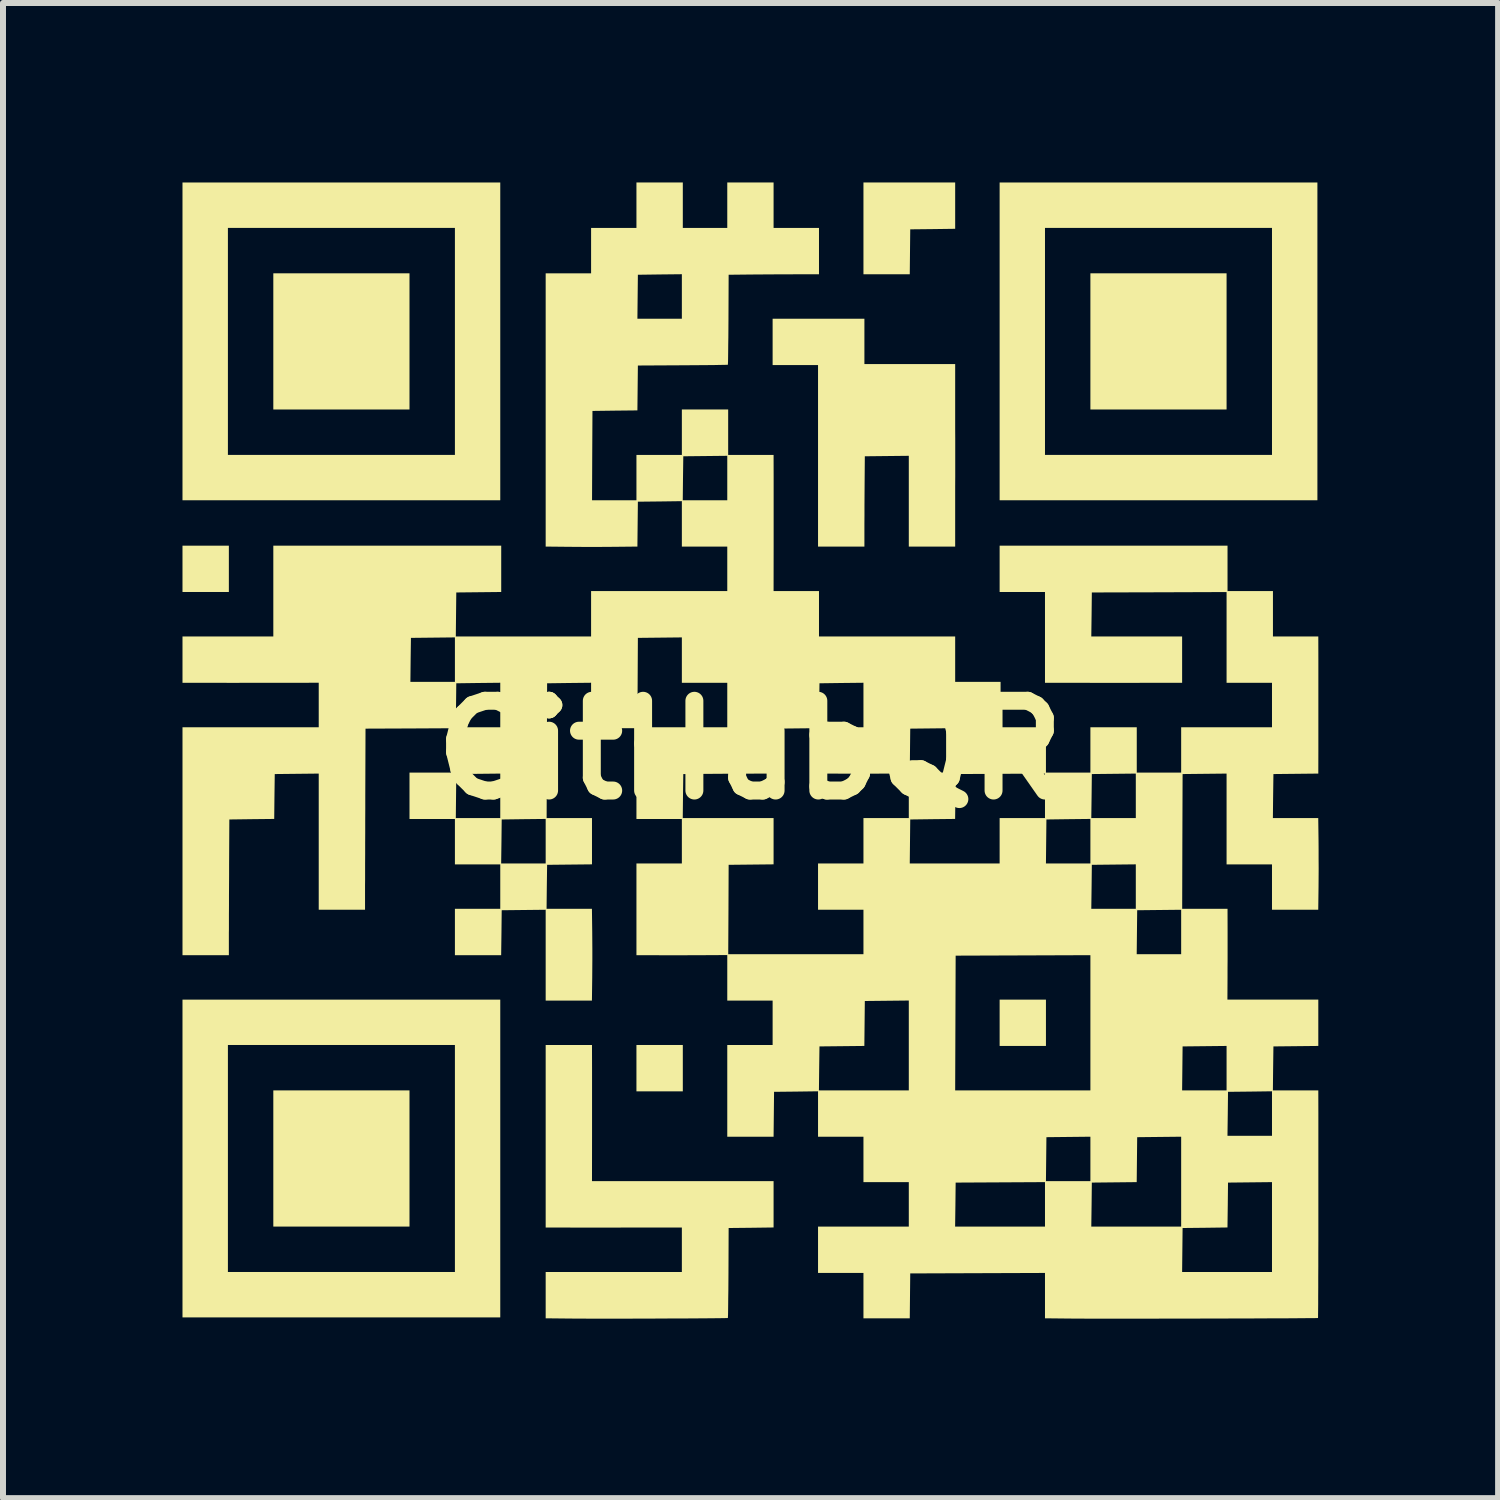
<source format=kicad_pcb>
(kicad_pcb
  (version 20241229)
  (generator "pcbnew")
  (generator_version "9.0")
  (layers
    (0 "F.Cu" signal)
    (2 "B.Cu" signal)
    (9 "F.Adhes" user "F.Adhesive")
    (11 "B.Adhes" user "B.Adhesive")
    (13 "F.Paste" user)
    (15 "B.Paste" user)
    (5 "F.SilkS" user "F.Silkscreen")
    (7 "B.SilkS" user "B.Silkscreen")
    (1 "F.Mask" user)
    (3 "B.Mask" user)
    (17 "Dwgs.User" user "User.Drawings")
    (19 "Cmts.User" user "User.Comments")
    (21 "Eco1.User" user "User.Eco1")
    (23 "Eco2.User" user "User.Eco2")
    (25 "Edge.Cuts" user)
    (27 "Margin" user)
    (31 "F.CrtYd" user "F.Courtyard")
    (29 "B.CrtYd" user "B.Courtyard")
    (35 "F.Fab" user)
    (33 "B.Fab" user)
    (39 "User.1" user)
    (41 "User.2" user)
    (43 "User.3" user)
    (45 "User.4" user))
  (footprint "GitHubQR"
    (layer "F.Cu")
    (at 9.484 9.484)
    (property "Reference" "GitHubQR" (at 0 0 0) (layer "F.SilkS") (effects (font (size 1.5 1.5) (thickness 0.3))))
    (attr board_only exclude_from_pos_files exclude_from_bom)
    (fp_poly (pts (xy -8.709 -3.027) (xy -8.709 -2.64) (xy -9.096 -2.64) (xy -9.484 -2.64) (xy -9.484 -3.027) (xy -9.484 -3.414) (xy -9.096 -3.414) (xy -8.709 -3.414)) (stroke (width 0) (type solid)) (fill yes) (layer "F.SilkS"))
    (fp_poly (pts (xy -5.69 -6.828) (xy -5.69 -5.69) (xy -6.828 -5.69) (xy -7.966 -5.69) (xy -7.966 -6.828) (xy -7.966 -7.966) (xy -6.828 -7.966) (xy -5.69 -7.966)) (stroke (width 0) (type solid)) (fill yes) (layer "F.SilkS"))
    (fp_poly (pts (xy -5.69 6.828) (xy -5.69 7.966) (xy -6.828 7.966) (xy -7.966 7.966) (xy -7.966 6.828) (xy -7.966 5.69) (xy -6.828 5.69) (xy -5.69 5.69)) (stroke (width 0) (type solid)) (fill yes) (layer "F.SilkS"))
    (fp_poly (pts (xy -1.122 5.319) (xy -1.122 5.706) (xy -1.509 5.706) (xy -1.897 5.706) (xy -1.897 5.319) (xy -1.897 4.931) (xy -1.509 4.931) (xy -1.122 4.931)) (stroke (width 0) (type solid)) (fill yes) (layer "F.SilkS"))
    (fp_poly (pts (xy 4.947 4.56) (xy 4.947 4.947) (xy 4.56 4.947) (xy 4.173 4.947) (xy 4.173 4.56) (xy 4.173 4.173) (xy 4.56 4.173) (xy 4.947 4.173)) (stroke (width 0) (type solid)) (fill yes) (layer "F.SilkS"))
    (fp_poly (pts (xy 7.966 -6.828) (xy 7.966 -5.69) (xy 6.828 -5.69) (xy 5.69 -5.69) (xy 5.69 -6.828) (xy 5.69 -7.966) (xy 6.828 -7.966) (xy 7.966 -7.966)) (stroke (width 0) (type solid)) (fill yes) (layer "F.SilkS"))
    (fp_poly (pts (xy 3.43 -9.097) (xy 3.43 -8.71) (xy 3.054 -8.705) (xy 2.679 -8.701) (xy 2.675 -8.326) (xy 2.671 -7.95) (xy 2.284 -7.95) (xy 1.897 -7.95) (xy 1.897 -8.717) (xy 1.897 -9.484) (xy 2.663 -9.484) (xy 3.43 -9.484)) (stroke (width 0) (type solid)) (fill yes) (layer "F.SilkS"))
    (fp_poly (pts (xy -4.173 -6.828) (xy -4.173 -4.173) (xy -6.828 -4.173) (xy -9.484 -4.173) (xy -9.484 -6.828) (xy -9.484 -8.725) (xy -8.725 -8.725) (xy -8.725 -6.828) (xy -8.725 -4.931) (xy -6.828 -4.931) (xy -4.931 -4.931) (xy -4.931 -6.828) (xy -4.931 -8.725) (xy -6.828 -8.725) (xy -8.725 -8.725) (xy -9.484 -8.725) (xy -9.484 -9.484) (xy -6.828 -9.484) (xy -4.173 -9.484)) (stroke (width 0) (type solid)) (fill yes) (layer "F.SilkS"))
    (fp_poly (pts (xy -4.173 6.828) (xy -4.173 9.484) (xy -6.828 9.484) (xy -9.484 9.484) (xy -9.484 6.828) (xy -9.484 4.931) (xy -8.725 4.931) (xy -8.725 6.828) (xy -8.725 8.725) (xy -6.828 8.725) (xy -4.931 8.725) (xy -4.931 6.828) (xy -4.931 4.931) (xy -6.828 4.931) (xy -8.725 4.931) (xy -9.484 4.931) (xy -9.484 4.173) (xy -6.828 4.173) (xy -4.173 4.173)) (stroke (width 0) (type solid)) (fill yes) (layer "F.SilkS"))
    (fp_poly (pts (xy 9.484 -6.828) (xy 9.484 -4.173) (xy 6.828 -4.173) (xy 4.173 -4.173) (xy 4.173 -6.828) (xy 4.173 -8.725) (xy 4.931 -8.725) (xy 4.931 -6.828) (xy 4.931 -4.931) (xy 6.828 -4.931) (xy 8.725 -4.931) (xy 8.725 -6.828) (xy 8.725 -8.725) (xy 6.828 -8.725) (xy 4.931 -8.725) (xy 4.173 -8.725) (xy 4.173 -9.484) (xy 6.828 -9.484) (xy 9.484 -9.484)) (stroke (width 0) (type solid)) (fill yes) (layer "F.SilkS"))
    (fp_poly (pts (xy 1.913 -6.828) (xy 1.913 -6.449) (xy 2.671 -6.449) (xy 3.43 -6.449) (xy 3.43 -6.069) (xy 3.43 -5.973) (xy 3.43 -5.85) (xy 3.43 -5.707) (xy 3.43 -5.548) (xy 3.43 -5.378) (xy 3.431 -5.204) (xy 3.431 -5.03) (xy 3.431 -4.916) (xy 3.431 -4.746) (xy 3.431 -4.572) (xy 3.43 -4.4) (xy 3.43 -4.234) (xy 3.43 -4.081) (xy 3.43 -3.945) (xy 3.43 -3.832) (xy 3.43 -3.77) (xy 3.43 -3.398) (xy 3.043 -3.398) (xy 2.655 -3.398) (xy 2.655 -4.157) (xy 2.655 -4.916) (xy 2.288 -4.912) (xy 1.92 -4.908) (xy 1.917 -4.528) (xy 1.916 -4.39) (xy 1.915 -4.234) (xy 1.914 -4.071) (xy 1.914 -3.915) (xy 1.913 -3.777) (xy 1.913 -3.774) (xy 1.913 -3.398) (xy 1.525 -3.398) (xy 1.138 -3.398) (xy 1.138 -4.916) (xy 1.138 -6.433) (xy 0.759 -6.433) (xy 0.379 -6.433) (xy 0.379 -6.82) (xy 0.379 -7.207) (xy 1.146 -7.207) (xy 1.913 -7.207)) (stroke (width 0) (type solid)) (fill yes) (layer "F.SilkS"))
    (fp_poly (pts (xy -2.639 5.315) (xy -2.639 5.413) (xy -2.639 5.538) (xy -2.639 5.683) (xy -2.639 5.843) (xy -2.639 6.013) (xy -2.639 6.187) (xy -2.639 6.359) (xy -2.639 6.453) (xy -2.64 7.207) (xy -1.122 7.207) (xy 0.395 7.207) (xy 0.395 7.594) (xy 0.395 7.981) (xy 0.02 7.986) (xy -0.356 7.99) (xy -0.359 8.739) (xy -0.36 8.89) (xy -0.361 9.031) (xy -0.363 9.159) (xy -0.364 9.27) (xy -0.365 9.363) (xy -0.366 9.433) (xy -0.368 9.478) (xy -0.369 9.494) (xy -0.385 9.495) (xy -0.43 9.496) (xy -0.502 9.497) (xy -0.596 9.498) (xy -0.711 9.499) (xy -0.844 9.5) (xy -0.992 9.501) (xy -1.152 9.502) (xy -1.321 9.502) (xy -1.497 9.503) (xy -1.677 9.504) (xy -1.858 9.504) (xy -2.038 9.505) (xy -2.213 9.505) (xy -2.38 9.505) (xy -2.538 9.505) (xy -2.683 9.505) (xy -2.812 9.504) (xy -2.923 9.504) (xy -3.013 9.503) (xy -3.031 9.503) (xy -3.414 9.499) (xy -3.414 9.112) (xy -3.414 8.725) (xy -2.276 8.725) (xy -1.138 8.725) (xy -1.138 8.353) (xy -1.138 7.982) (xy -1.893 7.982) (xy -2.062 7.982) (xy -2.235 7.983) (xy -2.408 7.983) (xy -2.574 7.983) (xy -2.728 7.983) (xy -2.865 7.983) (xy -2.979 7.983) (xy -3.031 7.982) (xy -3.414 7.982) (xy -3.414 6.457) (xy -3.414 4.931) (xy -3.027 4.931) (xy -2.64 4.931)) (stroke (width 0) (type solid)) (fill yes) (layer "F.SilkS"))
    (fp_poly (pts (xy -1.122 -9.104) (xy -1.122 -8.725) (xy -0.751 -8.725) (xy -0.379 -8.725) (xy -0.379 -9.104) (xy -0.379 -9.484) (xy 0.008 -9.484) (xy 0.395 -9.484) (xy 0.395 -9.104) (xy 0.395 -8.725) (xy 0.774 -8.725) (xy 1.154 -8.725) (xy 1.154 -8.338) (xy 1.154 -7.95) (xy 0.778 -7.95) (xy 0.642 -7.949) (xy 0.485 -7.949) (xy 0.323 -7.948) (xy 0.166 -7.947) (xy 0.027 -7.946) (xy 0.024 -7.946) (xy -0.356 -7.942) (xy -0.359 -7.193) (xy -0.36 -7.042) (xy -0.361 -6.901) (xy -0.363 -6.774) (xy -0.364 -6.662) (xy -0.365 -6.569) (xy -0.366 -6.499) (xy -0.368 -6.454) (xy -0.369 -6.438) (xy -0.385 -6.437) (xy -0.43 -6.436) (xy -0.5 -6.435) (xy -0.593 -6.433) (xy -0.705 -6.432) (xy -0.833 -6.431) (xy -0.974 -6.43) (xy -1.124 -6.429) (xy -1.873 -6.425) (xy -1.877 -6.05) (xy -1.881 -5.675) (xy -2.257 -5.671) (xy -2.632 -5.666) (xy -2.636 -4.92) (xy -2.639 -4.173) (xy -2.268 -4.173) (xy -1.897 -4.173) (xy -1.123 -4.173) (xy -0.751 -4.173) (xy -0.379 -4.173) (xy -0.379 -4.544) (xy -0.379 -4.916) (xy -0.747 -4.912) (xy -1.114 -4.908) (xy -1.119 -4.54) (xy -1.123 -4.173) (xy -1.897 -4.173) (xy -1.897 -4.552) (xy -1.897 -4.931) (xy -1.517 -4.931) (xy -1.138 -4.931) (xy -1.138 -5.311) (xy -1.138 -5.69) (xy -0.751 -5.69) (xy -0.364 -5.69) (xy -0.364 -5.311) (xy -0.364 -4.931) (xy 0.016 -4.931) (xy 0.395 -4.931) (xy 0.396 -4.548) (xy 0.396 -4.45) (xy 0.396 -4.325) (xy 0.396 -4.18) (xy 0.396 -4.02) (xy 0.396 -3.85) (xy 0.396 -3.676) (xy 0.396 -3.504) (xy 0.396 -3.41) (xy 0.395 -2.655) (xy 0.774 -2.655) (xy 1.154 -2.655) (xy 1.154 -2.276) (xy 1.154 -1.897) (xy 2.292 -1.897) (xy 3.43 -1.897) (xy 3.43 -1.517) (xy 3.43 -1.138) (xy 3.809 -1.138) (xy 4.189 -1.138) (xy 4.189 -0.759) (xy 4.189 -0.379) (xy 4.568 -0.379) (xy 4.947 -0.379) (xy 4.947 0) (xy 4.947 0.379) (xy 5.319 0.379) (xy 5.69 0.379) (xy 5.69 0) (xy 5.69 -0.379) (xy 6.077 -0.379) (xy 6.465 -0.379) (xy 6.465 0) (xy 6.465 0.379) (xy 6.836 0.379) (xy 7.207 0.379) (xy 7.207 0) (xy 7.207 -0.379) (xy 7.966 -0.379) (xy 8.725 -0.379) (xy 8.725 -0.751) (xy 8.725 -1.122) (xy 8.345 -1.122) (xy 7.966 -1.122) (xy 7.966 -1.881) (xy 7.966 -2.639) (xy 6.84 -2.635) (xy 5.714 -2.632) (xy 5.71 -2.264) (xy 5.705 -1.897) (xy 6.464 -1.897) (xy 7.223 -1.897) (xy 7.223 -1.509) (xy 7.223 -1.122) (xy 6.852 -1.122) (xy 6.719 -1.122) (xy 6.567 -1.122) (xy 6.406 -1.121) (xy 6.249 -1.121) (xy 6.107 -1.121) (xy 6.085 -1.121) (xy 5.946 -1.121) (xy 5.789 -1.121) (xy 5.626 -1.122) (xy 5.469 -1.122) (xy 5.33 -1.122) (xy 5.311 -1.122) (xy 4.931 -1.122) (xy 4.931 -1.881) (xy 4.931 -2.64) (xy 4.552 -2.64) (xy 4.173 -2.64) (xy 4.173 -3.027) (xy 4.173 -3.414) (xy 6.077 -3.414) (xy 7.982 -3.414) (xy 7.982 -3.035) (xy 7.982 -2.655) (xy 8.361 -2.655) (xy 8.741 -2.655) (xy 8.741 -2.276) (xy 8.741 -1.897) (xy 9.12 -1.897) (xy 9.499 -1.897) (xy 9.5 -1.517) (xy 9.5 -1.382) (xy 9.5 -1.227) (xy 9.5 -1.064) (xy 9.5 -0.905) (xy 9.5 -0.763) (xy 9.5 -0.743) (xy 9.5 -0.604) (xy 9.5 -0.449) (xy 9.5 -0.288) (xy 9.5 -0.133) (xy 9.5 0.003) (xy 9.5 0.023) (xy 9.499 0.395) (xy 9.124 0.399) (xy 8.749 0.403) (xy 8.744 0.771) (xy 8.74 1.138) (xy 9.119 1.138) (xy 9.498 1.138) (xy 9.503 1.521) (xy 9.504 1.66) (xy 9.504 1.818) (xy 9.505 1.983) (xy 9.504 2.142) (xy 9.503 2.282) (xy 9.503 2.288) (xy 9.498 2.671) (xy 9.112 2.671) (xy 8.725 2.671) (xy 8.725 2.292) (xy 8.725 1.913) (xy 8.345 1.913) (xy 7.966 1.913) (xy 7.966 1.154) (xy 7.966 0.395) (xy 7.599 0.399) (xy 7.231 0.403) (xy 7.227 1.529) (xy 7.224 2.655) (xy 7.603 2.655) (xy 7.982 2.655) (xy 7.983 3.039) (xy 7.983 3.177) (xy 7.983 3.333) (xy 7.983 3.496) (xy 7.982 3.652) (xy 7.982 3.79) (xy 7.982 3.797) (xy 7.98 4.173) (xy 8.74 4.173) (xy 9.499 4.173) (xy 9.499 4.56) (xy 9.499 4.947) (xy 9.124 4.951) (xy 8.749 4.955) (xy 8.744 5.323) (xy 8.74 5.69) (xy 9.12 5.69) (xy 9.499 5.69) (xy 9.5 6.073) (xy 9.5 6.359) (xy 9.5 6.643) (xy 9.5 6.924) (xy 9.5 7.199) (xy 9.5 7.466) (xy 9.5 7.725) (xy 9.5 7.973) (xy 9.5 8.208) (xy 9.499 8.43) (xy 9.499 8.635) (xy 9.498 8.823) (xy 9.498 8.991) (xy 9.497 9.138) (xy 9.497 9.262) (xy 9.496 9.362) (xy 9.495 9.435) (xy 9.495 9.479) (xy 9.494 9.494) (xy 9.478 9.495) (xy 9.432 9.496) (xy 9.359 9.496) (xy 9.262 9.497) (xy 9.141 9.498) (xy 9.001 9.499) (xy 8.842 9.5) (xy 8.667 9.5) (xy 8.478 9.501) (xy 8.278 9.502) (xy 8.068 9.502) (xy 7.852 9.503) (xy 7.63 9.503) (xy 7.407 9.504) (xy 7.182 9.504) (xy 6.96 9.504) (xy 6.742 9.505) (xy 6.53 9.505) (xy 6.327 9.505) (xy 6.134 9.505) (xy 5.955 9.505) (xy 5.791 9.505) (xy 5.644 9.505) (xy 5.518 9.504) (xy 5.413 9.504) (xy 5.332 9.503) (xy 5.315 9.503) (xy 4.931 9.499) (xy 4.931 9.12) (xy 4.931 8.741) (xy 3.805 8.745) (xy 2.679 8.749) (xy 2.675 9.124) (xy 2.671 9.499) (xy 2.284 9.499) (xy 1.897 9.499) (xy 1.897 9.12) (xy 1.897 8.741) (xy 1.517 8.741) (xy 1.138 8.741) (xy 1.138 8.725) (xy 7.223 8.725) (xy 7.974 8.725) (xy 8.725 8.725) (xy 8.725 7.974) (xy 8.725 7.223) (xy 8.357 7.227) (xy 7.99 7.231) (xy 7.986 7.606) (xy 7.981 7.981) (xy 7.606 7.986) (xy 7.231 7.99) (xy 7.227 8.357) (xy 7.223 8.725) (xy 1.138 8.725) (xy 1.138 8.353) (xy 1.138 7.966) (xy 1.897 7.966) (xy 2.655 7.966) (xy 3.429 7.966) (xy 4.18 7.966) (xy 4.931 7.966) (xy 5.705 7.966) (xy 6.456 7.966) (xy 7.207 7.966) (xy 7.207 7.215) (xy 7.207 6.464) (xy 6.84 6.468) (xy 6.472 6.472) (xy 6.468 6.848) (xy 6.464 7.223) (xy 6.089 7.227) (xy 5.714 7.231) (xy 5.71 7.599) (xy 5.705 7.966) (xy 4.931 7.966) (xy 4.931 7.595) (xy 4.931 7.223) (xy 4.185 7.227) (xy 3.438 7.231) (xy 3.434 7.599) (xy 3.429 7.966) (xy 2.655 7.966) (xy 2.655 7.595) (xy 2.655 7.223) (xy 2.276 7.223) (xy 1.897 7.223) (xy 1.897 7.207) (xy 4.947 7.207) (xy 5.318 7.207) (xy 5.69 7.207) (xy 5.69 6.836) (xy 5.69 6.464) (xy 5.323 6.468) (xy 4.955 6.472) (xy 4.951 6.84) (xy 4.947 7.207) (xy 1.897 7.207) (xy 1.897 6.844) (xy 1.897 6.465) (xy 1.517 6.465) (xy 1.138 6.465) (xy 1.138 6.449) (xy 7.981 6.449) (xy 8.353 6.449) (xy 8.725 6.449) (xy 8.725 6.077) (xy 8.725 5.705) (xy 8.357 5.71) (xy 7.99 5.714) (xy 7.986 6.081) (xy 7.981 6.449) (xy 1.138 6.449) (xy 1.138 6.085) (xy 1.138 5.705) (xy 0.771 5.71) (xy 0.403 5.714) (xy 0.399 6.089) (xy 0.395 6.465) (xy 0.008 6.465) (xy -0.379 6.465) (xy -0.379 5.698) (xy -0.379 5.69) (xy 1.153 5.69) (xy 1.904 5.69) (xy 2.655 5.69) (xy 3.43 5.69) (xy 4.56 5.69) (xy 5.69 5.69) (xy 7.223 5.69) (xy 7.594 5.69) (xy 7.966 5.69) (xy 7.966 5.318) (xy 7.966 4.947) (xy 7.599 4.951) (xy 7.231 4.955) (xy 7.227 5.323) (xy 7.223 5.69) (xy 5.69 5.69) (xy 5.69 4.56) (xy 5.69 3.43) (xy 4.564 3.434) (xy 3.438 3.438) (xy 3.434 4.564) (xy 3.43 5.69) (xy 2.655 5.69) (xy 2.655 4.939) (xy 2.655 4.188) (xy 2.288 4.192) (xy 1.92 4.196) (xy 1.916 4.572) (xy 1.912 4.947) (xy 1.537 4.951) (xy 1.162 4.955) (xy 1.157 5.323) (xy 1.153 5.69) (xy -0.379 5.69) (xy -0.379 4.931) (xy 0 4.931) (xy 0.379 4.931) (xy 0.379 4.56) (xy 0.379 4.189) (xy 0 4.189) (xy -0.379 4.189) (xy -0.379 3.808) (xy -0.379 3.428) (xy -0.755 3.43) (xy -0.891 3.43) (xy -1.046 3.431) (xy -1.209 3.431) (xy -1.366 3.431) (xy -1.506 3.431) (xy -1.513 3.431) (xy -1.897 3.43) (xy -1.897 2.663) (xy -1.897 1.897) (xy -1.517 1.897) (xy -1.138 1.897) (xy -1.138 1.525) (xy -1.138 1.154) (xy -1.517 1.154) (xy -1.897 1.154) (xy -1.897 1.138) (xy -1.123 1.138) (xy -0.364 1.138) (xy 0.395 1.138) (xy 0.395 1.525) (xy 0.395 1.912) (xy 0.02 1.916) (xy -0.356 1.92) (xy -0.359 2.667) (xy -0.363 3.414) (xy 0.767 3.414) (xy 1.897 3.414) (xy 6.464 3.414) (xy 6.836 3.414) (xy 7.207 3.414) (xy 7.207 3.042) (xy 7.207 2.671) (xy 6.84 2.675) (xy 6.472 2.679) (xy 6.468 3.047) (xy 6.464 3.414) (xy 1.897 3.414) (xy 1.897 3.043) (xy 1.897 2.671) (xy 1.517 2.671) (xy 1.138 2.671) (xy 1.138 2.655) (xy 5.705 2.655) (xy 6.077 2.655) (xy 6.449 2.655) (xy 6.449 2.284) (xy 6.449 1.912) (xy 6.081 1.916) (xy 5.714 1.92) (xy 5.71 2.288) (xy 5.705 2.655) (xy 1.138 2.655) (xy 1.138 2.284) (xy 1.138 1.897) (xy 1.517 1.897) (xy 1.897 1.897) (xy 2.671 1.897) (xy 3.422 1.897) (xy 4.173 1.897) (xy 4.947 1.897) (xy 5.318 1.897) (xy 5.69 1.897) (xy 5.69 1.525) (xy 5.69 1.153) (xy 5.323 1.157) (xy 4.955 1.162) (xy 4.951 1.529) (xy 4.947 1.897) (xy 4.173 1.897) (xy 4.173 1.517) (xy 4.173 1.138) (xy 4.552 1.138) (xy 4.931 1.138) (xy 5.705 1.138) (xy 6.077 1.138) (xy 6.449 1.138) (xy 6.449 0.766) (xy 6.449 0.395) (xy 6.081 0.399) (xy 5.714 0.403) (xy 5.71 0.771) (xy 5.705 1.138) (xy 4.931 1.138) (xy 4.931 0.767) (xy 4.931 0.395) (xy 4.185 0.399) (xy 3.438 0.403) (xy 3.434 0.778) (xy 3.429 1.153) (xy 3.054 1.157) (xy 2.679 1.162) (xy 2.675 1.529) (xy 2.671 1.897) (xy 1.897 1.897) (xy 1.897 1.517) (xy 1.897 1.138) (xy 2.276 1.138) (xy 2.655 1.138) (xy 2.655 0.766) (xy 2.655 0.394) (xy 2.28 0.395) (xy 2.144 0.396) (xy 1.988 0.396) (xy 1.826 0.396) (xy 1.669 0.396) (xy 1.529 0.396) (xy 1.521 0.396) (xy 1.138 0.395) (xy 1.138 0.379) (xy 2.671 0.379) (xy 3.042 0.379) (xy 3.414 0.379) (xy 3.414 0.008) (xy 3.414 -0.364) (xy 3.047 -0.36) (xy 2.679 -0.356) (xy 2.675 0.012) (xy 2.671 0.379) (xy 1.138 0.379) (xy 1.138 0.016) (xy 1.138 -0.364) (xy 0.771 -0.36) (xy 0.403 -0.356) (xy 0.399 0.02) (xy 0.395 0.395) (xy 0.019 0.396) (xy -0.117 0.396) (xy -0.273 0.397) (xy -0.436 0.398) (xy -0.593 0.399) (xy -0.731 0.4) (xy -0.735 0.4) (xy -1.114 0.403) (xy -1.119 0.771) (xy -1.123 1.138) (xy -1.897 1.138) (xy -1.897 0.395) (xy -1.897 -0.364) (xy -2.276 -0.364) (xy -2.655 -0.364) (xy -2.655 -0.379) (xy -1.881 -0.379) (xy -1.13 -0.379) (xy -0.379 -0.379) (xy 1.153 -0.379) (xy 1.525 -0.379) (xy 1.897 -0.379) (xy 1.897 -0.751) (xy 1.897 -1.123) (xy 1.529 -1.119) (xy 1.162 -1.114) (xy 1.157 -0.747) (xy 1.153 -0.379) (xy -0.379 -0.379) (xy -0.379 -0.751) (xy -0.379 -1.122) (xy -0.759 -1.122) (xy -1.138 -1.122) (xy -1.138 -1.502) (xy -1.138 -1.881) (xy -1.506 -1.877) (xy -1.873 -1.873) (xy -1.877 -1.126) (xy -1.881 -0.379) (xy -2.655 -0.379) (xy -2.655 -0.743) (xy -2.655 -1.123) (xy -3.023 -1.119) (xy -3.39 -1.114) (xy -3.394 0.012) (xy -3.398 1.138) (xy -3.019 1.138) (xy -2.64 1.138) (xy -2.64 1.525) (xy -2.64 1.912) (xy -3.015 1.916) (xy -3.39 1.92) (xy -3.395 2.288) (xy -3.399 2.655) (xy -3.02 2.655) (xy -2.641 2.655) (xy -2.636 3.039) (xy -2.635 3.178) (xy -2.634 3.336) (xy -2.634 3.501) (xy -2.635 3.659) (xy -2.636 3.799) (xy -2.636 3.805) (xy -2.641 4.189) (xy -3.027 4.189) (xy -3.414 4.189) (xy -3.414 3.43) (xy -3.414 2.671) (xy -3.782 2.675) (xy -4.149 2.679) (xy -4.153 3.054) (xy -4.158 3.43) (xy -4.544 3.43) (xy -4.931 3.43) (xy -4.931 3.043) (xy -4.931 2.655) (xy -4.552 2.655) (xy -4.173 2.655) (xy -4.173 2.284) (xy -4.173 1.913) (xy -4.552 1.913) (xy -4.931 1.913) (xy -4.931 1.897) (xy -4.158 1.897) (xy -3.786 1.897) (xy -3.414 1.897) (xy -3.414 1.525) (xy -3.414 1.153) (xy -3.782 1.157) (xy -4.149 1.162) (xy -4.153 1.529) (xy -4.158 1.897) (xy -4.931 1.897) (xy -4.931 1.533) (xy -4.931 1.154) (xy -5.311 1.154) (xy -5.69 1.154) (xy -5.69 1.138) (xy -4.916 1.138) (xy -4.544 1.138) (xy -4.173 1.138) (xy -4.173 0.766) (xy -4.173 0.395) (xy -4.54 0.399) (xy -4.908 0.403) (xy -4.912 0.771) (xy -4.916 1.138) (xy -5.69 1.138) (xy -5.69 0.767) (xy -5.69 0.379) (xy -5.311 0.379) (xy -4.931 0.379) (xy -4.931 0.008) (xy -4.931 -0.363) (xy -5.678 -0.359) (xy -6.425 -0.356) (xy -6.429 0.782) (xy -6.429 0.981) (xy -6.43 1.18) (xy -6.43 1.376) (xy -6.431 1.563) (xy -6.431 1.74) (xy -6.432 1.902) (xy -6.432 2.045) (xy -6.432 2.165) (xy -6.433 2.26) (xy -6.433 2.296) (xy -6.433 2.671) (xy -6.82 2.671) (xy -7.207 2.671) (xy -7.207 1.533) (xy -7.207 0.395) (xy -7.575 0.399) (xy -7.942 0.403) (xy -7.947 0.778) (xy -7.951 1.153) (xy -8.326 1.157) (xy -8.701 1.162) (xy -8.705 1.92) (xy -8.705 2.089) (xy -8.706 2.262) (xy -8.707 2.434) (xy -8.707 2.599) (xy -8.708 2.752) (xy -8.708 2.888) (xy -8.708 3.001) (xy -8.709 3.054) (xy -8.709 3.43) (xy -9.096 3.43) (xy -9.484 3.43) (xy -9.484 1.525) (xy -9.484 -0.379) (xy -8.345 -0.379) (xy -7.207 -0.379) (xy -4.916 -0.379) (xy -4.544 -0.379) (xy -4.173 -0.379) (xy -4.173 -0.751) (xy -4.173 -1.123) (xy -4.54 -1.119) (xy -4.908 -1.114) (xy -4.912 -0.747) (xy -4.916 -0.379) (xy -7.207 -0.379) (xy -7.207 -0.751) (xy -7.207 -1.123) (xy -7.962 -1.122) (xy -8.131 -1.122) (xy -8.305 -1.122) (xy -8.477 -1.122) (xy -8.643 -1.121) (xy -8.798 -1.122) (xy -8.935 -1.122) (xy -9.048 -1.122) (xy -9.1 -1.122) (xy -9.484 -1.122) (xy -9.484 -1.138) (xy -5.675 -1.138) (xy -5.303 -1.138) (xy -4.931 -1.138) (xy -4.931 -1.51) (xy -4.931 -1.881) (xy -5.299 -1.877) (xy -5.666 -1.873) (xy -5.671 -1.506) (xy -5.675 -1.138) (xy -9.484 -1.138) (xy -9.484 -1.509) (xy -9.484 -1.897) (xy -8.725 -1.897) (xy -7.966 -1.897) (xy -7.966 -2.655) (xy -7.966 -3.414) (xy -6.062 -3.414) (xy -4.157 -3.414) (xy -4.157 -3.027) (xy -4.157 -2.64) (xy -4.532 -2.636) (xy -4.908 -2.632) (xy -4.912 -2.264) (xy -4.916 -1.897) (xy -3.786 -1.897) (xy -2.655 -1.897) (xy -2.655 -2.276) (xy -2.655 -2.655) (xy -1.517 -2.655) (xy -0.379 -2.655) (xy -0.379 -3.027) (xy -0.379 -3.398) (xy -0.759 -3.398) (xy -1.138 -3.398) (xy -1.138 -3.778) (xy -1.138 -4.158) (xy -1.506 -4.153) (xy -1.873 -4.149) (xy -1.877 -3.774) (xy -1.881 -3.399) (xy -2.264 -3.395) (xy -2.403 -3.394) (xy -2.561 -3.393) (xy -2.726 -3.393) (xy -2.885 -3.394) (xy -3.025 -3.395) (xy -3.031 -3.395) (xy -3.414 -3.399) (xy -3.414 -5.683) (xy -3.414 -7.207) (xy -1.881 -7.207) (xy -1.51 -7.207) (xy -1.138 -7.207) (xy -1.138 -7.579) (xy -1.138 -7.951) (xy -1.506 -7.947) (xy -1.873 -7.942) (xy -1.877 -7.575) (xy -1.881 -7.207) (xy -3.414 -7.207) (xy -3.414 -7.966) (xy -3.035 -7.966) (xy -2.655 -7.966) (xy -2.655 -8.345) (xy -2.655 -8.725) (xy -2.276 -8.725) (xy -1.897 -8.725) (xy -1.897 -9.104) (xy -1.897 -9.484) (xy -1.509 -9.484) (xy -1.122 -9.484)) (stroke (width 0) (type solid)) (fill yes) (layer "F.SilkS")))
  (gr_rect
    (start -3 -3)
    (end 21.988 21.989)
    (stroke (width 0.1) (type default))
    (fill no)
    (layer "Edge.Cuts")))
</source>
